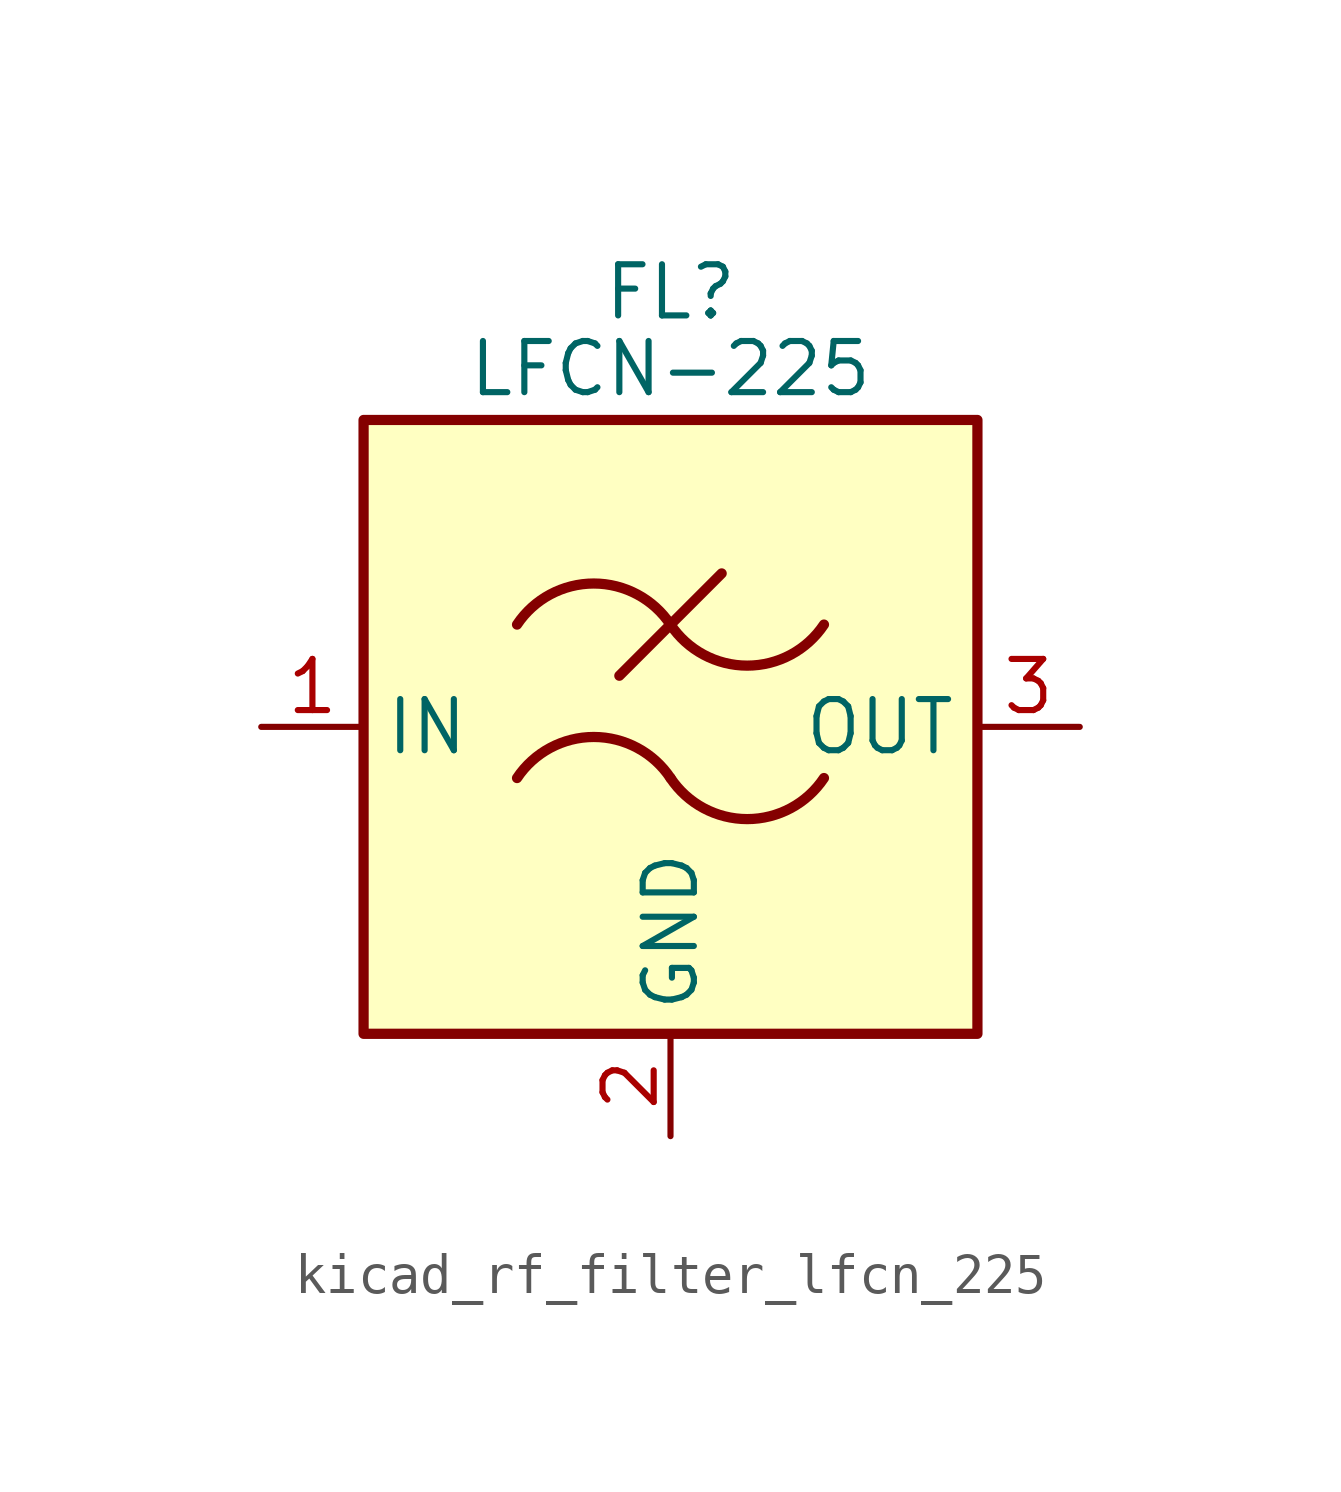
<source format=kicad_sym>
(kicad_symbol_lib
  (version 20220914)
  (generator kicad_symbol_editor)
  (symbol "kicad_rf_filter_lfcn_225"
    (property "Reference" "FL"
      (at 0 10.795 0)
      (effects (font (size 1.27 1.27))))
    (property "Value" "LFCN-225"
      (at 0 8.89 0)
      (effects (font (size 1.27 1.27))))
    (symbol "kicad_rf_filter_lfcn_225_0_1"
      (rectangle (start -7.62 7.62) (end 7.62 -7.62) (stroke (width 0.254) (type default)) (fill (type background)))
      (arc (start 0 -1.27) (mid -1.905 -0.2505) (end -3.81 -1.27) (stroke (width 0.254) (type default)) (fill (type none)))
      (arc (start 0 -1.27) (mid 1.905 -2.2895) (end 3.81 -1.27) (stroke (width 0.254) (type default)) (fill (type none)))
      (polyline (pts (xy -1.27 1.27) (xy 1.27 3.81)) (stroke (width 0.254) (type default)) (fill (type none)))
      (arc (start 0 2.54) (mid -1.905 3.5595) (end -3.81 2.54) (stroke (width 0.254) (type default)) (fill (type none)))
      (arc (start 0 2.54) (mid 1.905 1.5205) (end 3.81 2.54) (stroke (width 0.254) (type default)) (fill (type none))))
    (symbol "kicad_rf_filter_lfcn_225_1_1"
      (pin passive line (at -10.16 0 0) (length 2.54) (name "IN" (effects (font (size 1.27 1.27)))) (number "1" (effects (font (size 1.27 1.27)))))
      (pin passive line (at 0 -10.16 90) (length 2.54) (name "GND" (effects (font (size 1.27 1.27)))) (number "2" (effects (font (size 1.27 1.27)))))
      (pin passive line (at 10.16 0 180) (length 2.54) (name "OUT" (effects (font (size 1.27 1.27)))) (number "3" (effects (font (size 1.27 1.27)))))
      (pin passive line (at 0 -10.16 90) (length 2.54) hide (name "GND" (effects (font (size 1.27 1.27)))) (number "4" (effects (font (size 1.27 1.27))))))))
</source>
